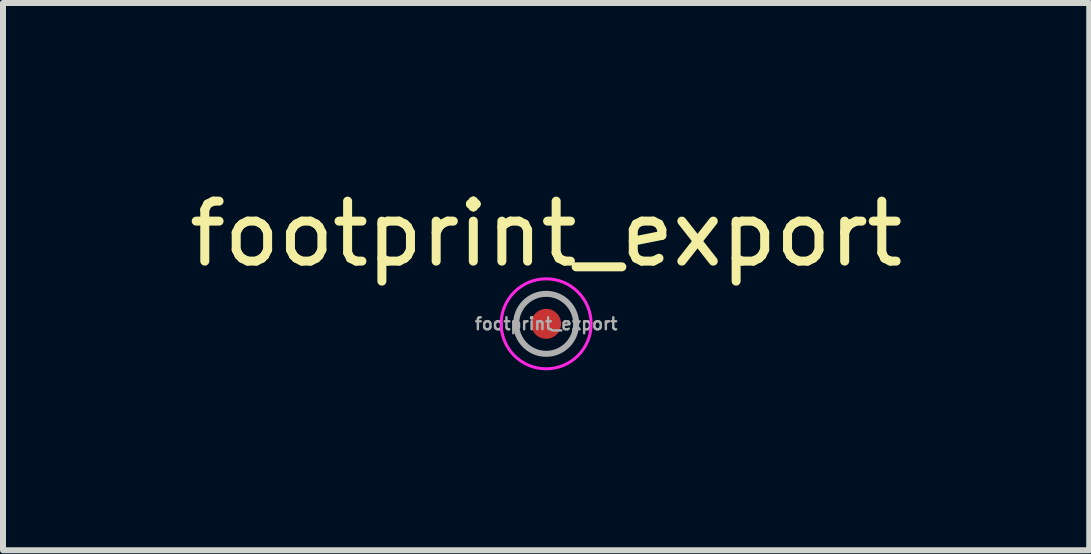
<source format=kicad_pcb>
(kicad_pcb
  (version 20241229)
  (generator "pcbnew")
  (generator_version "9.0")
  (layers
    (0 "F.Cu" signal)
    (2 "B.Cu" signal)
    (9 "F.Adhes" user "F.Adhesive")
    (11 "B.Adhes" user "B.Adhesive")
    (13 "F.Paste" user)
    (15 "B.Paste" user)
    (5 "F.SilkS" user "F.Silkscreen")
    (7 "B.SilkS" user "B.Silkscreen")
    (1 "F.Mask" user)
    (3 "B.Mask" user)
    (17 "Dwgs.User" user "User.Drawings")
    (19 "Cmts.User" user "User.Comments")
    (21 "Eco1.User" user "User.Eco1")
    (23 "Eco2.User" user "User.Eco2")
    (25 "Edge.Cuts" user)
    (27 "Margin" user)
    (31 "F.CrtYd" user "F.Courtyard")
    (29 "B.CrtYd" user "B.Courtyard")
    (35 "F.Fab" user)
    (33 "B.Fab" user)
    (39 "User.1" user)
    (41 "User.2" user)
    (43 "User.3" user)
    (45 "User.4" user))
  (footprint "footprint_export"
    (layer "F.Cu")
    (at 6.054 2.348)
    (property "Reference" "footprint_export" (at 0 -1.5 0) (layer "F.SilkS") (effects (font (size 1 1) (thickness 0.15))))
    (attr smd)
    (fp_circle (center 0 0) (end 0.75 0) (stroke (width 0.05) (type solid)) (fill no) (layer "F.CrtYd"))
    (fp_circle (center 0 0) (end 0.5 0) (stroke (width 0.1) (type solid)) (fill no) (layer "F.Fab"))
    (fp_text user "${REFERENCE}" (at 0 0 0) (layer "F.Fab") (effects (font (size 0.2 0.2) (thickness 0.04))))
    (pad "" smd circle (at 0 0) (size 0.5 0.5) (layers "F.Cu" "F.Mask")))
  (gr_rect
    (start -3 -3)
    (end 15.107 6.123)
    (stroke (width 0.1) (type default))
    (fill no)
    (layer "Edge.Cuts")))
</source>
